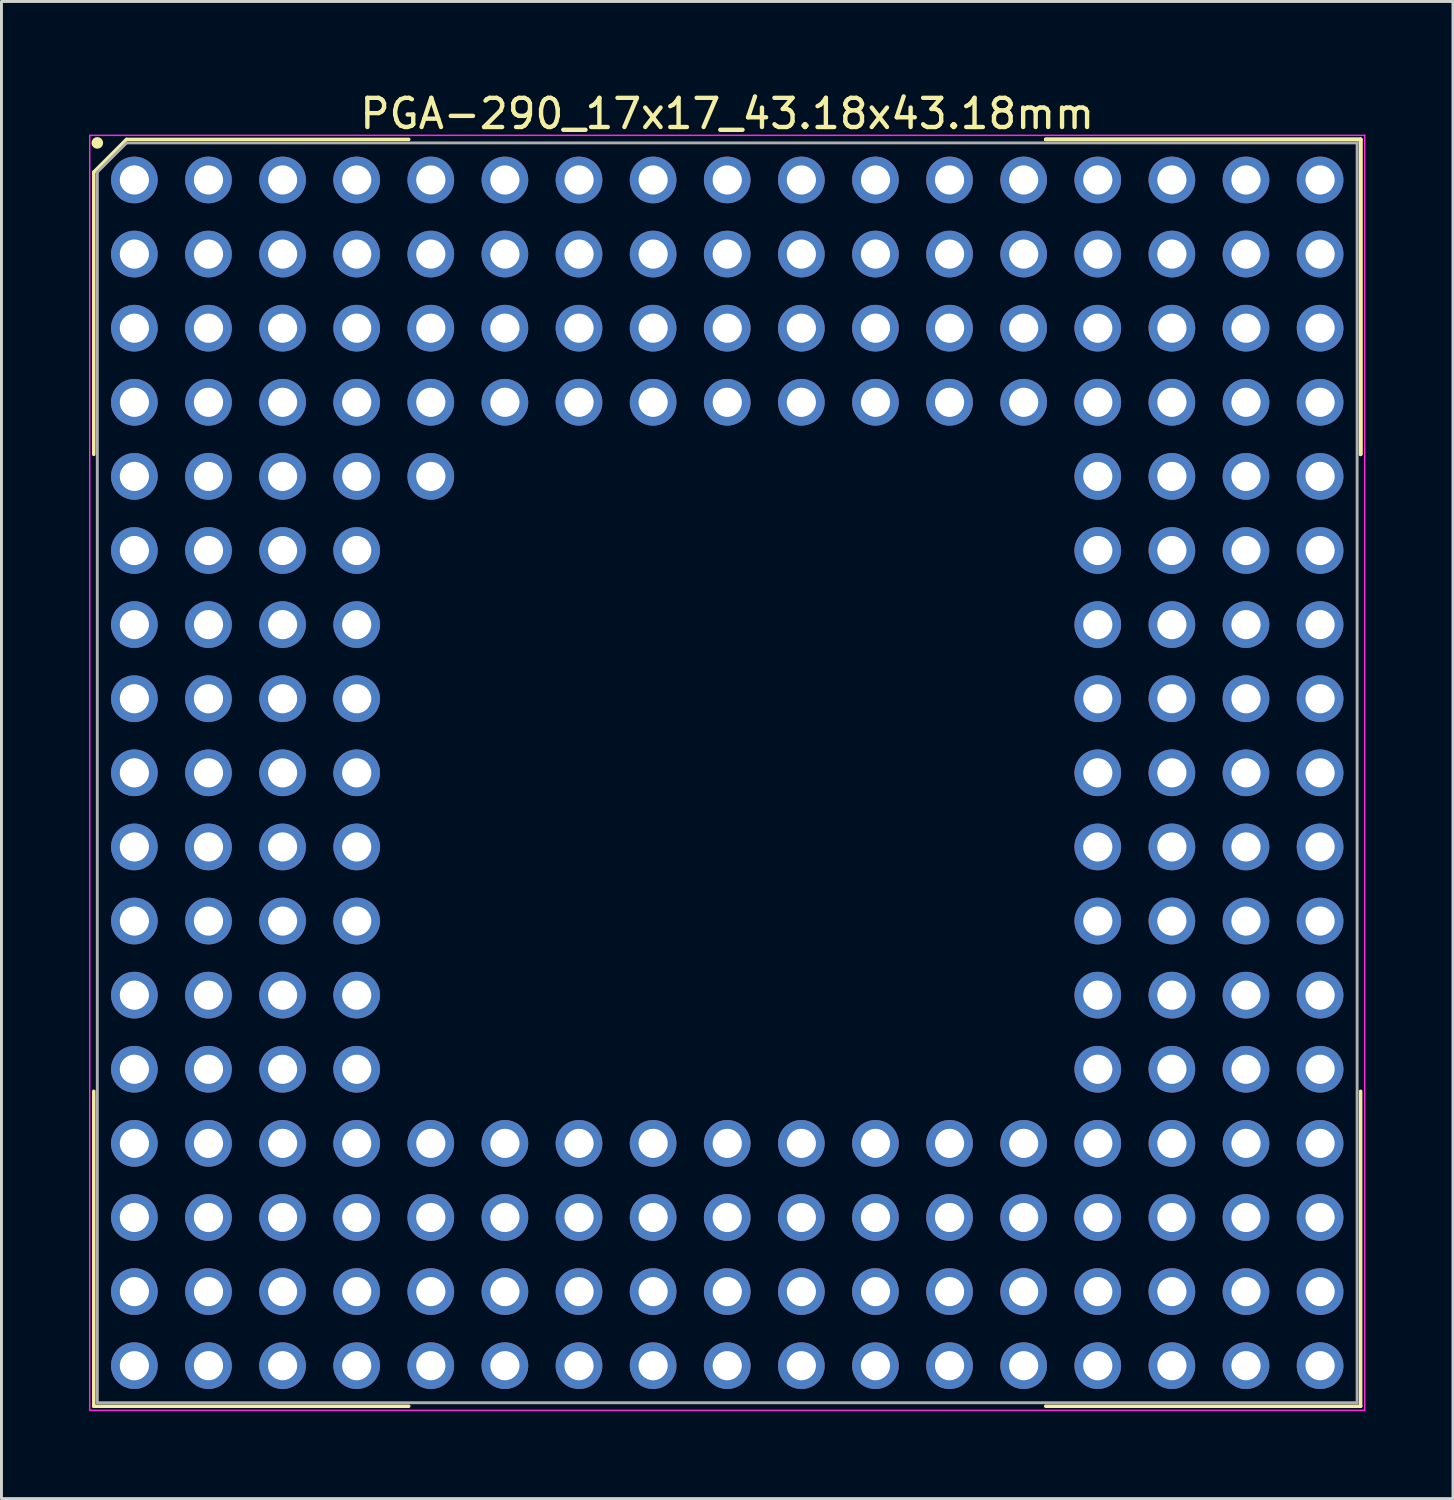
<source format=kicad_pcb>
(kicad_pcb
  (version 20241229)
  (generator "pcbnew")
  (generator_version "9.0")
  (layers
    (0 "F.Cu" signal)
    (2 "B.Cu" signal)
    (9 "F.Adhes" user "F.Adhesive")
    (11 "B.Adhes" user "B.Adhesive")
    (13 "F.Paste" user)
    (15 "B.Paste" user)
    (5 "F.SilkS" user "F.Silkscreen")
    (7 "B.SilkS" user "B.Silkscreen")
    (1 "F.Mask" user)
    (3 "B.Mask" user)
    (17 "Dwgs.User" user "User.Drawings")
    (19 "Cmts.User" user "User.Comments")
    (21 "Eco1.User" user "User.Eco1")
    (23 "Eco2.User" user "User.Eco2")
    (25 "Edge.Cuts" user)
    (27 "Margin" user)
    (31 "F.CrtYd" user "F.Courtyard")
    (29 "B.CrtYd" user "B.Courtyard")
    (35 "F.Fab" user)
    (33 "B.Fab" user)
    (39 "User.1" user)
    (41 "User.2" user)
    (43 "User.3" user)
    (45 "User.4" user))
  (footprint "PGA-290_17x17_43.18x43.18mm"
    (layer "F.Cu")
    (at 21.875 23.438)
    (property "Reference" "PGA-290_17x17_43.18x43.18mm" (at 0 -22.59 0) (layer "F.SilkS") (effects (font (size 1 1) (thickness 0.15))))
    (attr smd)
    (fp_line (start -21.71 -20.59) (end -21.71 -10.915) (stroke (width 0.12) (type solid)) (layer "F.SilkS"))
    (fp_line (start -21.71 21.71) (end -21.71 10.915) (stroke (width 0.12) (type solid)) (layer "F.SilkS"))
    (fp_line (start -20.59 -21.71) (end -21.71 -20.59) (stroke (width 0.12) (type solid)) (layer "F.SilkS"))
    (fp_line (start -10.915 -21.71) (end -20.59 -21.71) (stroke (width 0.12) (type solid)) (layer "F.SilkS"))
    (fp_line (start -10.915 21.71) (end -21.71 21.71) (stroke (width 0.12) (type solid)) (layer "F.SilkS"))
    (fp_line (start 10.915 -21.71) (end 21.71 -21.71) (stroke (width 0.12) (type solid)) (layer "F.SilkS"))
    (fp_line (start 10.915 -21.71) (end 21.71 -21.71) (stroke (width 0.12) (type solid)) (layer "F.SilkS"))
    (fp_line (start 10.915 -21.71) (end 21.71 -21.71) (stroke (width 0.12) (type solid)) (layer "F.SilkS"))
    (fp_line (start 10.915 21.71) (end 21.71 21.71) (stroke (width 0.12) (type solid)) (layer "F.SilkS"))
    (fp_line (start 21.71 -21.71) (end 21.71 -10.915) (stroke (width 0.12) (type solid)) (layer "F.SilkS"))
    (fp_line (start 21.71 -21.71) (end 21.71 -10.915) (stroke (width 0.12) (type solid)) (layer "F.SilkS"))
    (fp_line (start 21.71 -21.71) (end 21.71 -10.915) (stroke (width 0.12) (type solid)) (layer "F.SilkS"))
    (fp_line (start 21.71 21.71) (end 21.71 10.915) (stroke (width 0.12) (type solid)) (layer "F.SilkS"))
    (fp_circle (center -21.59 -21.59) (end -21.59 -21.49) (stroke (width 0.2) (type solid)) (fill no) (layer "F.SilkS"))
    (fp_line (start -21.85 -21.85) (end 21.85 -21.85) (stroke (width 0.05) (type solid)) (layer "F.CrtYd"))
    (fp_line (start -21.85 21.85) (end -21.85 -21.85) (stroke (width 0.05) (type solid)) (layer "F.CrtYd"))
    (fp_line (start 21.85 -21.85) (end 21.85 21.85) (stroke (width 0.05) (type solid)) (layer "F.CrtYd"))
    (fp_line (start 21.85 21.85) (end -21.85 21.85) (stroke (width 0.05) (type solid)) (layer "F.CrtYd"))
    (fp_line (start -21.59 -20.59) (end -21.59 21.59) (stroke (width 0.1) (type solid)) (layer "F.Fab"))
    (fp_line (start -21.59 21.59) (end 21.59 21.59) (stroke (width 0.1) (type solid)) (layer "F.Fab"))
    (fp_line (start -20.59 -21.59) (end -21.59 -20.59) (stroke (width 0.1) (type solid)) (layer "F.Fab"))
    (fp_line (start 21.59 -21.59) (end -20.59 -21.59) (stroke (width 0.1) (type solid)) (layer "F.Fab"))
    (fp_line (start 21.59 21.59) (end 21.59 -21.59) (stroke (width 0.1) (type solid)) (layer "F.Fab"))
    (pad "A1" thru_hole circle (at -20.32 -20.32) (size 1.6 1.6) (drill 1) (layers "*.Cu" "*.Mask"))
    (pad "A2" thru_hole circle (at -17.78 -20.32) (size 1.6 1.6) (drill 1) (layers "*.Cu" "*.Mask"))
    (pad "A3" thru_hole circle (at -15.24 -20.32) (size 1.6 1.6) (drill 1) (layers "*.Cu" "*.Mask"))
    (pad "A4" thru_hole circle (at -12.7 -20.32) (size 1.6 1.6) (drill 1) (layers "*.Cu" "*.Mask"))
    (pad "A5" thru_hole circle (at -10.16 -20.32) (size 1.6 1.6) (drill 1) (layers "*.Cu" "*.Mask"))
    (pad "A6" thru_hole circle (at -7.62 -20.32) (size 1.6 1.6) (drill 1) (layers "*.Cu" "*.Mask"))
    (pad "A7" thru_hole circle (at -5.08 -20.32) (size 1.6 1.6) (drill 1) (layers "*.Cu" "*.Mask"))
    (pad "A8" thru_hole circle (at -2.54 -20.32) (size 1.6 1.6) (drill 1) (layers "*.Cu" "*.Mask"))
    (pad "A9" thru_hole circle (at 0 -20.32) (size 1.6 1.6) (drill 1) (layers "*.Cu" "*.Mask"))
    (pad "A10" thru_hole circle (at 2.54 -20.32) (size 1.6 1.6) (drill 1) (layers "*.Cu" "*.Mask"))
    (pad "A11" thru_hole circle (at 5.08 -20.32) (size 1.6 1.6) (drill 1) (layers "*.Cu" "*.Mask"))
    (pad "A12" thru_hole circle (at 7.62 -20.32) (size 1.6 1.6) (drill 1) (layers "*.Cu" "*.Mask"))
    (pad "A13" thru_hole circle (at 10.16 -20.32) (size 1.6 1.6) (drill 1) (layers "*.Cu" "*.Mask"))
    (pad "A14" thru_hole circle (at 12.7 -20.32) (size 1.6 1.6) (drill 1) (layers "*.Cu" "*.Mask"))
    (pad "A15" thru_hole circle (at 15.24 -20.32) (size 1.6 1.6) (drill 1) (layers "*.Cu" "*.Mask"))
    (pad "A16" thru_hole circle (at 17.78 -20.32) (size 1.6 1.6) (drill 1) (layers "*.Cu" "*.Mask"))
    (pad "A17" thru_hole circle (at 20.32 -20.32) (size 1.6 1.6) (drill 1) (layers "*.Cu" "*.Mask"))
    (pad "B1" thru_hole circle (at -20.32 -17.78) (size 1.6 1.6) (drill 1) (layers "*.Cu" "*.Mask"))
    (pad "B2" thru_hole circle (at -17.78 -17.78) (size 1.6 1.6) (drill 1) (layers "*.Cu" "*.Mask"))
    (pad "B3" thru_hole circle (at -15.24 -17.78) (size 1.6 1.6) (drill 1) (layers "*.Cu" "*.Mask"))
    (pad "B4" thru_hole circle (at -12.7 -17.78) (size 1.6 1.6) (drill 1) (layers "*.Cu" "*.Mask"))
    (pad "B5" thru_hole circle (at -10.16 -17.78) (size 1.6 1.6) (drill 1) (layers "*.Cu" "*.Mask"))
    (pad "B6" thru_hole circle (at -7.62 -17.78) (size 1.6 1.6) (drill 1) (layers "*.Cu" "*.Mask"))
    (pad "B7" thru_hole circle (at -5.08 -17.78) (size 1.6 1.6) (drill 1) (layers "*.Cu" "*.Mask"))
    (pad "B8" thru_hole circle (at -2.54 -17.78) (size 1.6 1.6) (drill 1) (layers "*.Cu" "*.Mask"))
    (pad "B9" thru_hole circle (at 0 -17.78) (size 1.6 1.6) (drill 1) (layers "*.Cu" "*.Mask"))
    (pad "B10" thru_hole circle (at 2.54 -17.78) (size 1.6 1.6) (drill 1) (layers "*.Cu" "*.Mask"))
    (pad "B11" thru_hole circle (at 5.08 -17.78) (size 1.6 1.6) (drill 1) (layers "*.Cu" "*.Mask"))
    (pad "B12" thru_hole circle (at 7.62 -17.78) (size 1.6 1.6) (drill 1) (layers "*.Cu" "*.Mask"))
    (pad "B13" thru_hole circle (at 10.16 -17.78) (size 1.6 1.6) (drill 1) (layers "*.Cu" "*.Mask"))
    (pad "B14" thru_hole circle (at 12.7 -17.78) (size 1.6 1.6) (drill 1) (layers "*.Cu" "*.Mask"))
    (pad "B15" thru_hole circle (at 15.24 -17.78) (size 1.6 1.6) (drill 1) (layers "*.Cu" "*.Mask"))
    (pad "B16" thru_hole circle (at 17.78 -17.78) (size 1.6 1.6) (drill 1) (layers "*.Cu" "*.Mask"))
    (pad "B17" thru_hole circle (at 20.32 -17.78) (size 1.6 1.6) (drill 1) (layers "*.Cu" "*.Mask"))
    (pad "C1" thru_hole circle (at -20.32 -15.24) (size 1.6 1.6) (drill 1) (layers "*.Cu" "*.Mask"))
    (pad "C2" thru_hole circle (at -17.78 -15.24) (size 1.6 1.6) (drill 1) (layers "*.Cu" "*.Mask"))
    (pad "C3" thru_hole circle (at -15.24 -15.24) (size 1.6 1.6) (drill 1) (layers "*.Cu" "*.Mask"))
    (pad "C4" thru_hole circle (at -12.7 -15.24) (size 1.6 1.6) (drill 1) (layers "*.Cu" "*.Mask"))
    (pad "C5" thru_hole circle (at -10.16 -15.24) (size 1.6 1.6) (drill 1) (layers "*.Cu" "*.Mask"))
    (pad "C6" thru_hole circle (at -7.62 -15.24) (size 1.6 1.6) (drill 1) (layers "*.Cu" "*.Mask"))
    (pad "C7" thru_hole circle (at -5.08 -15.24) (size 1.6 1.6) (drill 1) (layers "*.Cu" "*.Mask"))
    (pad "C8" thru_hole circle (at -2.54 -15.24) (size 1.6 1.6) (drill 1) (layers "*.Cu" "*.Mask"))
    (pad "C9" thru_hole circle (at 0 -15.24) (size 1.6 1.6) (drill 1) (layers "*.Cu" "*.Mask"))
    (pad "C10" thru_hole circle (at 2.54 -15.24) (size 1.6 1.6) (drill 1) (layers "*.Cu" "*.Mask"))
    (pad "C11" thru_hole circle (at 5.08 -15.24) (size 1.6 1.6) (drill 1) (layers "*.Cu" "*.Mask"))
    (pad "C12" thru_hole circle (at 7.62 -15.24) (size 1.6 1.6) (drill 1) (layers "*.Cu" "*.Mask"))
    (pad "C13" thru_hole circle (at 10.16 -15.24) (size 1.6 1.6) (drill 1) (layers "*.Cu" "*.Mask"))
    (pad "C14" thru_hole circle (at 12.7 -15.24) (size 1.6 1.6) (drill 1) (layers "*.Cu" "*.Mask"))
    (pad "C15" thru_hole circle (at 15.24 -15.24) (size 1.6 1.6) (drill 1) (layers "*.Cu" "*.Mask"))
    (pad "C16" thru_hole circle (at 17.78 -15.24) (size 1.6 1.6) (drill 1) (layers "*.Cu" "*.Mask"))
    (pad "C17" thru_hole circle (at 20.32 -15.24) (size 1.6 1.6) (drill 1) (layers "*.Cu" "*.Mask"))
    (pad "D1" thru_hole circle (at -20.32 -12.7) (size 1.6 1.6) (drill 1) (layers "*.Cu" "*.Mask"))
    (pad "D2" thru_hole circle (at -17.78 -12.7) (size 1.6 1.6) (drill 1) (layers "*.Cu" "*.Mask"))
    (pad "D3" thru_hole circle (at -15.24 -12.7) (size 1.6 1.6) (drill 1) (layers "*.Cu" "*.Mask"))
    (pad "D4" thru_hole circle (at -12.7 -12.7) (size 1.6 1.6) (drill 1) (layers "*.Cu" "*.Mask"))
    (pad "D5" thru_hole circle (at -10.16 -12.7) (size 1.6 1.6) (drill 1) (layers "*.Cu" "*.Mask"))
    (pad "D6" thru_hole circle (at -7.62 -12.7) (size 1.6 1.6) (drill 1) (layers "*.Cu" "*.Mask"))
    (pad "D7" thru_hole circle (at -5.08 -12.7) (size 1.6 1.6) (drill 1) (layers "*.Cu" "*.Mask"))
    (pad "D8" thru_hole circle (at -2.54 -12.7) (size 1.6 1.6) (drill 1) (layers "*.Cu" "*.Mask"))
    (pad "D9" thru_hole circle (at 0 -12.7) (size 1.6 1.6) (drill 1) (layers "*.Cu" "*.Mask"))
    (pad "D10" thru_hole circle (at 2.54 -12.7) (size 1.6 1.6) (drill 1) (layers "*.Cu" "*.Mask"))
    (pad "D11" thru_hole circle (at 5.08 -12.7) (size 1.6 1.6) (drill 1) (layers "*.Cu" "*.Mask"))
    (pad "D12" thru_hole circle (at 7.62 -12.7) (size 1.6 1.6) (drill 1) (layers "*.Cu" "*.Mask"))
    (pad "D13" thru_hole circle (at 10.16 -12.7) (size 1.6 1.6) (drill 1) (layers "*.Cu" "*.Mask"))
    (pad "D14" thru_hole circle (at 12.7 -12.7) (size 1.6 1.6) (drill 1) (layers "*.Cu" "*.Mask"))
    (pad "D15" thru_hole circle (at 15.24 -12.7) (size 1.6 1.6) (drill 1) (layers "*.Cu" "*.Mask"))
    (pad "D16" thru_hole circle (at 17.78 -12.7) (size 1.6 1.6) (drill 1) (layers "*.Cu" "*.Mask"))
    (pad "D17" thru_hole circle (at 20.32 -12.7) (size 1.6 1.6) (drill 1) (layers "*.Cu" "*.Mask"))
    (pad "E1" thru_hole circle (at -20.32 -10.16) (size 1.6 1.6) (drill 1) (layers "*.Cu" "*.Mask"))
    (pad "E2" thru_hole circle (at -17.78 -10.16) (size 1.6 1.6) (drill 1) (layers "*.Cu" "*.Mask"))
    (pad "E3" thru_hole circle (at -15.24 -10.16) (size 1.6 1.6) (drill 1) (layers "*.Cu" "*.Mask"))
    (pad "E4" thru_hole circle (at -12.7 -10.16) (size 1.6 1.6) (drill 1) (layers "*.Cu" "*.Mask"))
    (pad "E5" thru_hole circle (at -10.16 -10.16) (size 1.6 1.6) (drill 1) (layers "*.Cu" "*.Mask"))
    (pad "E14" thru_hole circle (at 12.7 -10.16) (size 1.6 1.6) (drill 1) (layers "*.Cu" "*.Mask"))
    (pad "E15" thru_hole circle (at 15.24 -10.16) (size 1.6 1.6) (drill 1) (layers "*.Cu" "*.Mask"))
    (pad "E16" thru_hole circle (at 17.78 -10.16) (size 1.6 1.6) (drill 1) (layers "*.Cu" "*.Mask"))
    (pad "E17" thru_hole circle (at 20.32 -10.16) (size 1.6 1.6) (drill 1) (layers "*.Cu" "*.Mask"))
    (pad "F1" thru_hole circle (at -20.32 -7.62) (size 1.6 1.6) (drill 1) (layers "*.Cu" "*.Mask"))
    (pad "F2" thru_hole circle (at -17.78 -7.62) (size 1.6 1.6) (drill 1) (layers "*.Cu" "*.Mask"))
    (pad "F3" thru_hole circle (at -15.24 -7.62) (size 1.6 1.6) (drill 1) (layers "*.Cu" "*.Mask"))
    (pad "F4" thru_hole circle (at -12.7 -7.62) (size 1.6 1.6) (drill 1) (layers "*.Cu" "*.Mask"))
    (pad "F14" thru_hole circle (at 12.7 -7.62) (size 1.6 1.6) (drill 1) (layers "*.Cu" "*.Mask"))
    (pad "F15" thru_hole circle (at 15.24 -7.62) (size 1.6 1.6) (drill 1) (layers "*.Cu" "*.Mask"))
    (pad "F16" thru_hole circle (at 17.78 -7.62) (size 1.6 1.6) (drill 1) (layers "*.Cu" "*.Mask"))
    (pad "F17" thru_hole circle (at 20.32 -7.62) (size 1.6 1.6) (drill 1) (layers "*.Cu" "*.Mask"))
    (pad "G1" thru_hole circle (at -20.32 -5.08) (size 1.6 1.6) (drill 1) (layers "*.Cu" "*.Mask"))
    (pad "G2" thru_hole circle (at -17.78 -5.08) (size 1.6 1.6) (drill 1) (layers "*.Cu" "*.Mask"))
    (pad "G3" thru_hole circle (at -15.24 -5.08) (size 1.6 1.6) (drill 1) (layers "*.Cu" "*.Mask"))
    (pad "G4" thru_hole circle (at -12.7 -5.08) (size 1.6 1.6) (drill 1) (layers "*.Cu" "*.Mask"))
    (pad "G14" thru_hole circle (at 12.7 -5.08) (size 1.6 1.6) (drill 1) (layers "*.Cu" "*.Mask"))
    (pad "G15" thru_hole circle (at 15.24 -5.08) (size 1.6 1.6) (drill 1) (layers "*.Cu" "*.Mask"))
    (pad "G16" thru_hole circle (at 17.78 -5.08) (size 1.6 1.6) (drill 1) (layers "*.Cu" "*.Mask"))
    (pad "G17" thru_hole circle (at 20.32 -5.08) (size 1.6 1.6) (drill 1) (layers "*.Cu" "*.Mask"))
    (pad "H1" thru_hole circle (at -20.32 -2.54) (size 1.6 1.6) (drill 1) (layers "*.Cu" "*.Mask"))
    (pad "H2" thru_hole circle (at -17.78 -2.54) (size 1.6 1.6) (drill 1) (layers "*.Cu" "*.Mask"))
    (pad "H3" thru_hole circle (at -15.24 -2.54) (size 1.6 1.6) (drill 1) (layers "*.Cu" "*.Mask"))
    (pad "H4" thru_hole circle (at -12.7 -2.54) (size 1.6 1.6) (drill 1) (layers "*.Cu" "*.Mask"))
    (pad "H14" thru_hole circle (at 12.7 -2.54) (size 1.6 1.6) (drill 1) (layers "*.Cu" "*.Mask"))
    (pad "H15" thru_hole circle (at 15.24 -2.54) (size 1.6 1.6) (drill 1) (layers "*.Cu" "*.Mask"))
    (pad "H16" thru_hole circle (at 17.78 -2.54) (size 1.6 1.6) (drill 1) (layers "*.Cu" "*.Mask"))
    (pad "H17" thru_hole circle (at 20.32 -2.54) (size 1.6 1.6) (drill 1) (layers "*.Cu" "*.Mask"))
    (pad "J1" thru_hole circle (at -20.32 0) (size 1.6 1.6) (drill 1) (layers "*.Cu" "*.Mask"))
    (pad "J2" thru_hole circle (at -17.78 0) (size 1.6 1.6) (drill 1) (layers "*.Cu" "*.Mask"))
    (pad "J3" thru_hole circle (at -15.24 0) (size 1.6 1.6) (drill 1) (layers "*.Cu" "*.Mask"))
    (pad "J4" thru_hole circle (at -12.7 0) (size 1.6 1.6) (drill 1) (layers "*.Cu" "*.Mask"))
    (pad "J14" thru_hole circle (at 12.7 0) (size 1.6 1.6) (drill 1) (layers "*.Cu" "*.Mask"))
    (pad "J15" thru_hole circle (at 15.24 0) (size 1.6 1.6) (drill 1) (layers "*.Cu" "*.Mask"))
    (pad "J16" thru_hole circle (at 17.78 0) (size 1.6 1.6) (drill 1) (layers "*.Cu" "*.Mask"))
    (pad "J17" thru_hole circle (at 20.32 0) (size 1.6 1.6) (drill 1) (layers "*.Cu" "*.Mask"))
    (pad "K1" thru_hole circle (at -20.32 2.54) (size 1.6 1.6) (drill 1) (layers "*.Cu" "*.Mask"))
    (pad "K2" thru_hole circle (at -17.78 2.54) (size 1.6 1.6) (drill 1) (layers "*.Cu" "*.Mask"))
    (pad "K3" thru_hole circle (at -15.24 2.54) (size 1.6 1.6) (drill 1) (layers "*.Cu" "*.Mask"))
    (pad "K4" thru_hole circle (at -12.7 2.54) (size 1.6 1.6) (drill 1) (layers "*.Cu" "*.Mask"))
    (pad "K14" thru_hole circle (at 12.7 2.54) (size 1.6 1.6) (drill 1) (layers "*.Cu" "*.Mask"))
    (pad "K15" thru_hole circle (at 15.24 2.54) (size 1.6 1.6) (drill 1) (layers "*.Cu" "*.Mask"))
    (pad "K16" thru_hole circle (at 17.78 2.54) (size 1.6 1.6) (drill 1) (layers "*.Cu" "*.Mask"))
    (pad "K17" thru_hole circle (at 20.32 2.54) (size 1.6 1.6) (drill 1) (layers "*.Cu" "*.Mask"))
    (pad "L1" thru_hole circle (at -20.32 5.08) (size 1.6 1.6) (drill 1) (layers "*.Cu" "*.Mask"))
    (pad "L2" thru_hole circle (at -17.78 5.08) (size 1.6 1.6) (drill 1) (layers "*.Cu" "*.Mask"))
    (pad "L3" thru_hole circle (at -15.24 5.08) (size 1.6 1.6) (drill 1) (layers "*.Cu" "*.Mask"))
    (pad "L4" thru_hole circle (at -12.7 5.08) (size 1.6 1.6) (drill 1) (layers "*.Cu" "*.Mask"))
    (pad "L14" thru_hole circle (at 12.7 5.08) (size 1.6 1.6) (drill 1) (layers "*.Cu" "*.Mask"))
    (pad "L15" thru_hole circle (at 15.24 5.08) (size 1.6 1.6) (drill 1) (layers "*.Cu" "*.Mask"))
    (pad "L16" thru_hole circle (at 17.78 5.08) (size 1.6 1.6) (drill 1) (layers "*.Cu" "*.Mask"))
    (pad "L17" thru_hole circle (at 20.32 5.08) (size 1.6 1.6) (drill 1) (layers "*.Cu" "*.Mask"))
    (pad "M1" thru_hole circle (at -20.32 7.62) (size 1.6 1.6) (drill 1) (layers "*.Cu" "*.Mask"))
    (pad "M2" thru_hole circle (at -17.78 7.62) (size 1.6 1.6) (drill 1) (layers "*.Cu" "*.Mask"))
    (pad "M3" thru_hole circle (at -15.24 7.62) (size 1.6 1.6) (drill 1) (layers "*.Cu" "*.Mask"))
    (pad "M4" thru_hole circle (at -12.7 7.62) (size 1.6 1.6) (drill 1) (layers "*.Cu" "*.Mask"))
    (pad "M14" thru_hole circle (at 12.7 7.62) (size 1.6 1.6) (drill 1) (layers "*.Cu" "*.Mask"))
    (pad "M15" thru_hole circle (at 15.24 7.62) (size 1.6 1.6) (drill 1) (layers "*.Cu" "*.Mask"))
    (pad "M16" thru_hole circle (at 17.78 7.62) (size 1.6 1.6) (drill 1) (layers "*.Cu" "*.Mask"))
    (pad "M17" thru_hole circle (at 20.32 7.62) (size 1.6 1.6) (drill 1) (layers "*.Cu" "*.Mask"))
    (pad "N1" thru_hole circle (at -20.32 10.16) (size 1.6 1.6) (drill 1) (layers "*.Cu" "*.Mask"))
    (pad "N2" thru_hole circle (at -17.78 10.16) (size 1.6 1.6) (drill 1) (layers "*.Cu" "*.Mask"))
    (pad "N3" thru_hole circle (at -15.24 10.16) (size 1.6 1.6) (drill 1) (layers "*.Cu" "*.Mask"))
    (pad "N4" thru_hole circle (at -12.7 10.16) (size 1.6 1.6) (drill 1) (layers "*.Cu" "*.Mask"))
    (pad "N14" thru_hole circle (at 12.7 10.16) (size 1.6 1.6) (drill 1) (layers "*.Cu" "*.Mask"))
    (pad "N15" thru_hole circle (at 15.24 10.16) (size 1.6 1.6) (drill 1) (layers "*.Cu" "*.Mask"))
    (pad "N16" thru_hole circle (at 17.78 10.16) (size 1.6 1.6) (drill 1) (layers "*.Cu" "*.Mask"))
    (pad "N17" thru_hole circle (at 20.32 10.16) (size 1.6 1.6) (drill 1) (layers "*.Cu" "*.Mask"))
    (pad "P1" thru_hole circle (at -20.32 12.7) (size 1.6 1.6) (drill 1) (layers "*.Cu" "*.Mask"))
    (pad "P2" thru_hole circle (at -17.78 12.7) (size 1.6 1.6) (drill 1) (layers "*.Cu" "*.Mask"))
    (pad "P3" thru_hole circle (at -15.24 12.7) (size 1.6 1.6) (drill 1) (layers "*.Cu" "*.Mask"))
    (pad "P4" thru_hole circle (at -12.7 12.7) (size 1.6 1.6) (drill 1) (layers "*.Cu" "*.Mask"))
    (pad "P5" thru_hole circle (at -10.16 12.7) (size 1.6 1.6) (drill 1) (layers "*.Cu" "*.Mask"))
    (pad "P6" thru_hole circle (at -7.62 12.7) (size 1.6 1.6) (drill 1) (layers "*.Cu" "*.Mask"))
    (pad "P7" thru_hole circle (at -5.08 12.7) (size 1.6 1.6) (drill 1) (layers "*.Cu" "*.Mask"))
    (pad "P8" thru_hole circle (at -2.54 12.7) (size 1.6 1.6) (drill 1) (layers "*.Cu" "*.Mask"))
    (pad "P9" thru_hole circle (at 0 12.7) (size 1.6 1.6) (drill 1) (layers "*.Cu" "*.Mask"))
    (pad "P10" thru_hole circle (at 2.54 12.7) (size 1.6 1.6) (drill 1) (layers "*.Cu" "*.Mask"))
    (pad "P11" thru_hole circle (at 5.08 12.7) (size 1.6 1.6) (drill 1) (layers "*.Cu" "*.Mask"))
    (pad "P12" thru_hole circle (at 7.62 12.7) (size 1.6 1.6) (drill 1) (layers "*.Cu" "*.Mask"))
    (pad "P13" thru_hole circle (at 10.16 12.7) (size 1.6 1.6) (drill 1) (layers "*.Cu" "*.Mask"))
    (pad "P14" thru_hole circle (at 12.7 12.7) (size 1.6 1.6) (drill 1) (layers "*.Cu" "*.Mask"))
    (pad "P15" thru_hole circle (at 15.24 12.7) (size 1.6 1.6) (drill 1) (layers "*.Cu" "*.Mask"))
    (pad "P16" thru_hole circle (at 17.78 12.7) (size 1.6 1.6) (drill 1) (layers "*.Cu" "*.Mask"))
    (pad "P17" thru_hole circle (at 20.32 12.7) (size 1.6 1.6) (drill 1) (layers "*.Cu" "*.Mask"))
    (pad "R1" thru_hole circle (at -20.32 15.24) (size 1.6 1.6) (drill 1) (layers "*.Cu" "*.Mask"))
    (pad "R2" thru_hole circle (at -17.78 15.24) (size 1.6 1.6) (drill 1) (layers "*.Cu" "*.Mask"))
    (pad "R3" thru_hole circle (at -15.24 15.24) (size 1.6 1.6) (drill 1) (layers "*.Cu" "*.Mask"))
    (pad "R4" thru_hole circle (at -12.7 15.24) (size 1.6 1.6) (drill 1) (layers "*.Cu" "*.Mask"))
    (pad "R5" thru_hole circle (at -10.16 15.24) (size 1.6 1.6) (drill 1) (layers "*.Cu" "*.Mask"))
    (pad "R6" thru_hole circle (at -7.62 15.24) (size 1.6 1.6) (drill 1) (layers "*.Cu" "*.Mask"))
    (pad "R7" thru_hole circle (at -5.08 15.24) (size 1.6 1.6) (drill 1) (layers "*.Cu" "*.Mask"))
    (pad "R8" thru_hole circle (at -2.54 15.24) (size 1.6 1.6) (drill 1) (layers "*.Cu" "*.Mask"))
    (pad "R9" thru_hole circle (at 0 15.24) (size 1.6 1.6) (drill 1) (layers "*.Cu" "*.Mask"))
    (pad "R10" thru_hole circle (at 2.54 15.24) (size 1.6 1.6) (drill 1) (layers "*.Cu" "*.Mask"))
    (pad "R11" thru_hole circle (at 5.08 15.24) (size 1.6 1.6) (drill 1) (layers "*.Cu" "*.Mask"))
    (pad "R12" thru_hole circle (at 7.62 15.24) (size 1.6 1.6) (drill 1) (layers "*.Cu" "*.Mask"))
    (pad "R13" thru_hole circle (at 10.16 15.24) (size 1.6 1.6) (drill 1) (layers "*.Cu" "*.Mask"))
    (pad "R14" thru_hole circle (at 12.7 15.24) (size 1.6 1.6) (drill 1) (layers "*.Cu" "*.Mask"))
    (pad "R15" thru_hole circle (at 15.24 15.24) (size 1.6 1.6) (drill 1) (layers "*.Cu" "*.Mask"))
    (pad "R16" thru_hole circle (at 17.78 15.24) (size 1.6 1.6) (drill 1) (layers "*.Cu" "*.Mask"))
    (pad "R17" thru_hole circle (at 20.32 15.24) (size 1.6 1.6) (drill 1) (layers "*.Cu" "*.Mask"))
    (pad "T1" thru_hole circle (at -20.32 17.78) (size 1.6 1.6) (drill 1) (layers "*.Cu" "*.Mask"))
    (pad "T2" thru_hole circle (at -17.78 17.78) (size 1.6 1.6) (drill 1) (layers "*.Cu" "*.Mask"))
    (pad "T3" thru_hole circle (at -15.24 17.78) (size 1.6 1.6) (drill 1) (layers "*.Cu" "*.Mask"))
    (pad "T4" thru_hole circle (at -12.7 17.78) (size 1.6 1.6) (drill 1) (layers "*.Cu" "*.Mask"))
    (pad "T5" thru_hole circle (at -10.16 17.78) (size 1.6 1.6) (drill 1) (layers "*.Cu" "*.Mask"))
    (pad "T6" thru_hole circle (at -7.62 17.78) (size 1.6 1.6) (drill 1) (layers "*.Cu" "*.Mask"))
    (pad "T7" thru_hole circle (at -5.08 17.78) (size 1.6 1.6) (drill 1) (layers "*.Cu" "*.Mask"))
    (pad "T8" thru_hole circle (at -2.54 17.78) (size 1.6 1.6) (drill 1) (layers "*.Cu" "*.Mask"))
    (pad "T9" thru_hole circle (at 0 17.78) (size 1.6 1.6) (drill 1) (layers "*.Cu" "*.Mask"))
    (pad "T10" thru_hole circle (at 2.54 17.78) (size 1.6 1.6) (drill 1) (layers "*.Cu" "*.Mask"))
    (pad "T11" thru_hole circle (at 5.08 17.78) (size 1.6 1.6) (drill 1) (layers "*.Cu" "*.Mask"))
    (pad "T12" thru_hole circle (at 7.62 17.78) (size 1.6 1.6) (drill 1) (layers "*.Cu" "*.Mask"))
    (pad "T13" thru_hole circle (at 10.16 17.78) (size 1.6 1.6) (drill 1) (layers "*.Cu" "*.Mask"))
    (pad "T14" thru_hole circle (at 12.7 17.78) (size 1.6 1.6) (drill 1) (layers "*.Cu" "*.Mask"))
    (pad "T15" thru_hole circle (at 15.24 17.78) (size 1.6 1.6) (drill 1) (layers "*.Cu" "*.Mask"))
    (pad "T16" thru_hole circle (at 17.78 17.78) (size 1.6 1.6) (drill 1) (layers "*.Cu" "*.Mask"))
    (pad "T17" thru_hole circle (at 20.32 17.78) (size 1.6 1.6) (drill 1) (layers "*.Cu" "*.Mask"))
    (pad "U1" thru_hole circle (at -20.32 20.32) (size 1.6 1.6) (drill 1) (layers "*.Cu" "*.Mask"))
    (pad "U2" thru_hole circle (at -17.78 20.32) (size 1.6 1.6) (drill 1) (layers "*.Cu" "*.Mask"))
    (pad "U3" thru_hole circle (at -15.24 20.32) (size 1.6 1.6) (drill 1) (layers "*.Cu" "*.Mask"))
    (pad "U4" thru_hole circle (at -12.7 20.32) (size 1.6 1.6) (drill 1) (layers "*.Cu" "*.Mask"))
    (pad "U5" thru_hole circle (at -10.16 20.32) (size 1.6 1.6) (drill 1) (layers "*.Cu" "*.Mask"))
    (pad "U6" thru_hole circle (at -7.62 20.32) (size 1.6 1.6) (drill 1) (layers "*.Cu" "*.Mask"))
    (pad "U7" thru_hole circle (at -5.08 20.32) (size 1.6 1.6) (drill 1) (layers "*.Cu" "*.Mask"))
    (pad "U8" thru_hole circle (at -2.54 20.32) (size 1.6 1.6) (drill 1) (layers "*.Cu" "*.Mask"))
    (pad "U9" thru_hole circle (at 0 20.32) (size 1.6 1.6) (drill 1) (layers "*.Cu" "*.Mask"))
    (pad "U10" thru_hole circle (at 2.54 20.32) (size 1.6 1.6) (drill 1) (layers "*.Cu" "*.Mask"))
    (pad "U11" thru_hole circle (at 5.08 20.32) (size 1.6 1.6) (drill 1) (layers "*.Cu" "*.Mask"))
    (pad "U12" thru_hole circle (at 7.62 20.32) (size 1.6 1.6) (drill 1) (layers "*.Cu" "*.Mask"))
    (pad "U13" thru_hole circle (at 10.16 20.32) (size 1.6 1.6) (drill 1) (layers "*.Cu" "*.Mask"))
    (pad "U14" thru_hole circle (at 12.7 20.32) (size 1.6 1.6) (drill 1) (layers "*.Cu" "*.Mask"))
    (pad "U15" thru_hole circle (at 15.24 20.32) (size 1.6 1.6) (drill 1) (layers "*.Cu" "*.Mask"))
    (pad "U16" thru_hole circle (at 17.78 20.32) (size 1.6 1.6) (drill 1) (layers "*.Cu" "*.Mask"))
    (pad "U17" thru_hole circle (at 20.32 20.32) (size 1.6 1.6) (drill 1) (layers "*.Cu" "*.Mask")))
  (gr_rect
    (start -3 -3)
    (end 46.75 48.313)
    (stroke (width 0.1) (type default))
    (fill no)
    (layer "Edge.Cuts")))
</source>
